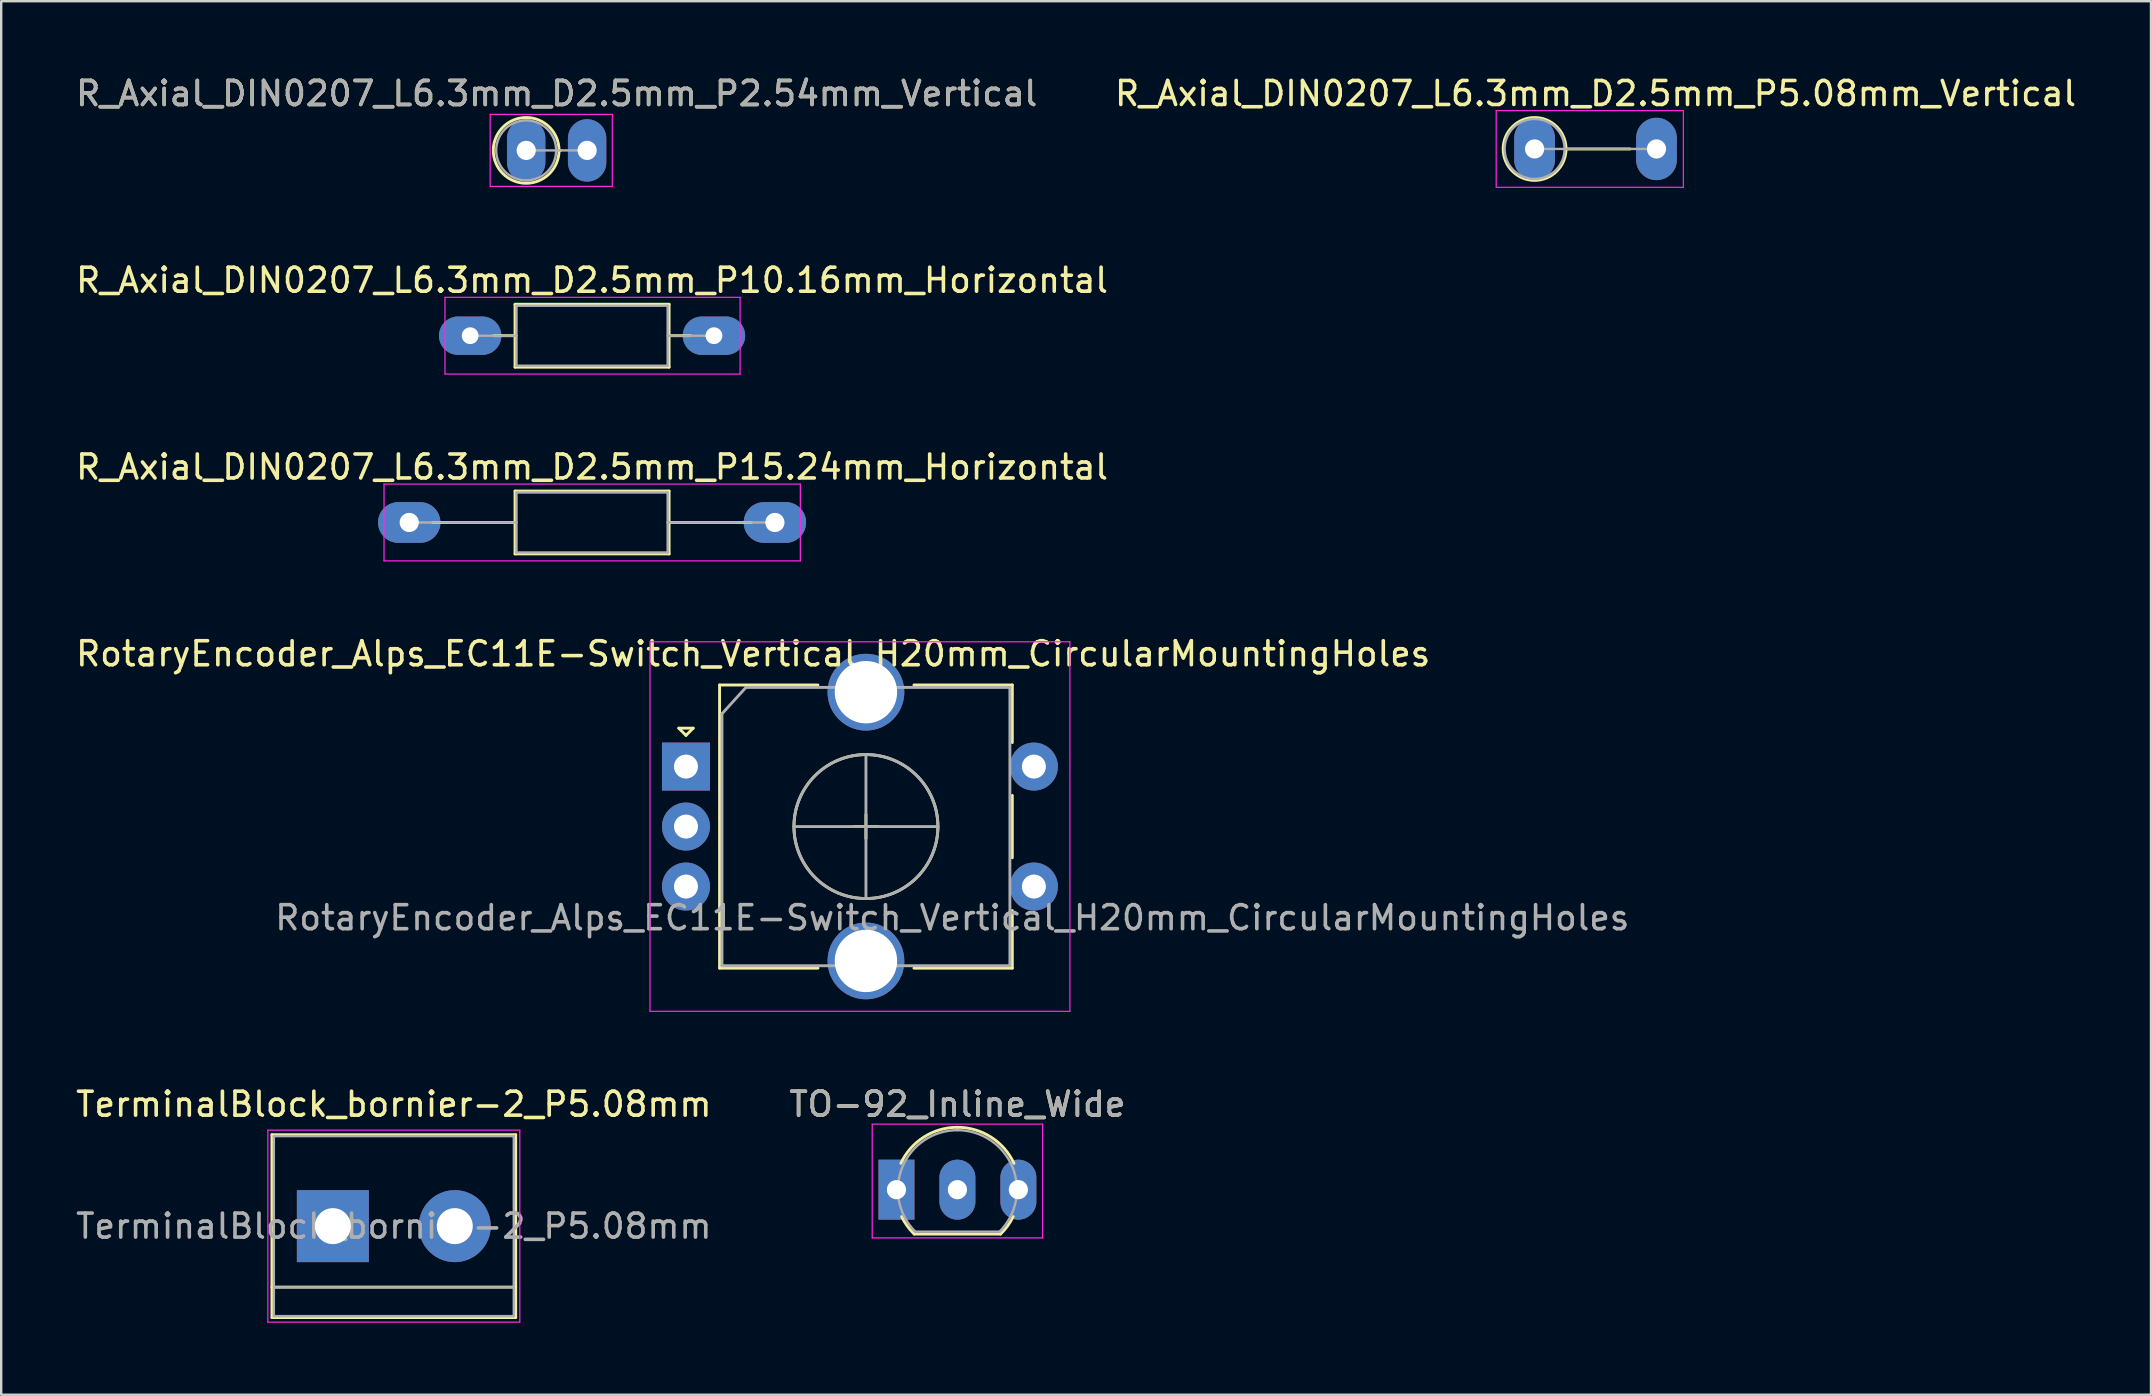
<source format=kicad_pcb>
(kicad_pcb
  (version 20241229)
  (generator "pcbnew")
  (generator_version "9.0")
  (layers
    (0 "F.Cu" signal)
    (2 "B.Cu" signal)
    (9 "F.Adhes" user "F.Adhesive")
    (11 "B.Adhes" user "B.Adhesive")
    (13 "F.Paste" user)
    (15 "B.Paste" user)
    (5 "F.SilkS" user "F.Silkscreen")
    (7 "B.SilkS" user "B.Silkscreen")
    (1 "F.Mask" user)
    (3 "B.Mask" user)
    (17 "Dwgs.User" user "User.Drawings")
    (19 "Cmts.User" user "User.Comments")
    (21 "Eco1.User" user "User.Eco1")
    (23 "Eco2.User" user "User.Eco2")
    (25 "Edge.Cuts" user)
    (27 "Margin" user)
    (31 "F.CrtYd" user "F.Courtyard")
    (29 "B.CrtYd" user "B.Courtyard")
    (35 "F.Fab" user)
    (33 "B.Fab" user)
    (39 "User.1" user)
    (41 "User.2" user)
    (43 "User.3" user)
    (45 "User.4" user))
  (footprint "TerminalBlock_bornier-2_P5.08mm"
    (layer "F.Cu")
    (at 10.823 48.051)
    (property "Reference" "TerminalBlock_bornier-2_P5.08mm" (at 2.54 -5.08 0) (layer "F.SilkS") (effects (font (size 1 1) (thickness 0.15))))
    (attr through_hole)
    (fp_line (start -2.54 -3.81) (end -2.54 3.81) (stroke (width 0.12) (type solid)) (layer "F.SilkS"))
    (fp_line (start -2.54 3.81) (end 7.62 3.81) (stroke (width 0.12) (type solid)) (layer "F.SilkS"))
    (fp_line (start 7.62 -3.81) (end -2.54 -3.81) (stroke (width 0.12) (type solid)) (layer "F.SilkS"))
    (fp_line (start 7.62 2.54) (end -2.54 2.54) (stroke (width 0.12) (type solid)) (layer "F.SilkS"))
    (fp_line (start 7.62 3.81) (end 7.62 -3.81) (stroke (width 0.12) (type solid)) (layer "F.SilkS"))
    (fp_line (start -2.71 -4) (end -2.71 4) (stroke (width 0.05) (type solid)) (layer "F.CrtYd"))
    (fp_line (start -2.71 -4) (end 7.79 -4) (stroke (width 0.05) (type solid)) (layer "F.CrtYd"))
    (fp_line (start 7.79 4) (end -2.71 4) (stroke (width 0.05) (type solid)) (layer "F.CrtYd"))
    (fp_line (start 7.79 4) (end 7.79 -4) (stroke (width 0.05) (type solid)) (layer "F.CrtYd"))
    (fp_line (start -2.46 -3.75) (end -2.46 3.75) (stroke (width 0.1) (type solid)) (layer "F.Fab"))
    (fp_line (start -2.46 3.75) (end 7.54 3.75) (stroke (width 0.1) (type solid)) (layer "F.Fab"))
    (fp_line (start -2.41 2.55) (end 7.49 2.55) (stroke (width 0.1) (type solid)) (layer "F.Fab"))
    (fp_line (start 7.54 -3.75) (end -2.46 -3.75) (stroke (width 0.1) (type solid)) (layer "F.Fab"))
    (fp_line (start 7.54 3.75) (end 7.54 -3.75) (stroke (width 0.1) (type solid)) (layer "F.Fab"))
    (fp_text user "${REFERENCE}" (at 2.54 0 0) (layer "F.Fab") (effects (font (size 1 1) (thickness 0.15))))
    (pad "1" thru_hole rect (at 0 0) (size 3 3) (drill 1.5) (layers "*.Cu" "*.Mask"))
    (pad "2" thru_hole circle (at 5.08 0) (size 3 3) (drill 1.5) (layers "*.Cu" "*.Mask")))
  (footprint "R_Axial_DIN0207_L6.3mm_D2.5mm_P15.24mm_Horizontal"
    (layer "F.Cu")
    (at 14.005 18.725)
    (property "Reference" "R_Axial_DIN0207_L6.3mm_D2.5mm_P15.24mm_Horizontal" (at 7.62 -2.31 0) (layer "F.SilkS") (effects (font (size 1 1) (thickness 0.15))))
    (attr through_hole)
    (fp_line (start 0.98 0) (end 4.41 0) (stroke (width 0.12) (type solid)) (layer "F.SilkS"))
    (fp_line (start 4.41 -1.31) (end 4.41 1.31) (stroke (width 0.12) (type solid)) (layer "F.SilkS"))
    (fp_line (start 4.41 1.31) (end 10.83 1.31) (stroke (width 0.12) (type solid)) (layer "F.SilkS"))
    (fp_line (start 10.83 -1.31) (end 4.41 -1.31) (stroke (width 0.12) (type solid)) (layer "F.SilkS"))
    (fp_line (start 10.83 1.31) (end 10.83 -1.31) (stroke (width 0.12) (type solid)) (layer "F.SilkS"))
    (fp_line (start 14.26 0) (end 10.83 0) (stroke (width 0.12) (type solid)) (layer "F.SilkS"))
    (fp_line (start -1.05 -1.6) (end -1.05 1.6) (stroke (width 0.05) (type solid)) (layer "F.CrtYd"))
    (fp_line (start -1.05 1.6) (end 16.3 1.6) (stroke (width 0.05) (type solid)) (layer "F.CrtYd"))
    (fp_line (start 16.3 -1.6) (end -1.05 -1.6) (stroke (width 0.05) (type solid)) (layer "F.CrtYd"))
    (fp_line (start 16.3 1.6) (end 16.3 -1.6) (stroke (width 0.05) (type solid)) (layer "F.CrtYd"))
    (fp_line (start 0 0) (end 4.47 0) (stroke (width 0.1) (type solid)) (layer "F.Fab"))
    (fp_line (start 4.47 -1.25) (end 4.47 1.25) (stroke (width 0.1) (type solid)) (layer "F.Fab"))
    (fp_line (start 4.47 1.25) (end 10.77 1.25) (stroke (width 0.1) (type solid)) (layer "F.Fab"))
    (fp_line (start 10.77 -1.25) (end 4.47 -1.25) (stroke (width 0.1) (type solid)) (layer "F.Fab"))
    (fp_line (start 10.77 1.25) (end 10.77 -1.25) (stroke (width 0.1) (type solid)) (layer "F.Fab"))
    (fp_line (start 15.24 0) (end 10.77 0) (stroke (width 0.1) (type solid)) (layer "F.Fab"))
    (pad "1" thru_hole oval (at 0 0) (size 2.6 1.7) (drill 0.8) (layers "*.Cu" "*.Mask"))
    (pad "2" thru_hole oval (at 15.24 0) (size 2.6 1.7) (drill 0.8) (layers "*.Cu" "*.Mask")))
  (footprint "R_Axial_DIN0207_L6.3mm_D2.5mm_P2.54mm_Vertical"
    (layer "F.Cu")
    (at 18.879 3.218)
    (property "Reference" "R_Axial_DIN0207_L6.3mm_D2.5mm_P2.54mm_Vertical" (at 1.27 -2.37 0) (layer "F.SilkS") (effects (font (size 1 1) (thickness 0.15))))
    (attr through_hole)
    (fp_line (start 1.37 0) (end 1.44 0) (stroke (width 0.12) (type solid)) (layer "F.SilkS"))
    (fp_circle (center 0 0) (end 1.37 0) (stroke (width 0.12) (type solid)) (fill no) (layer "F.SilkS"))
    (fp_line (start -1.5 -1.5) (end -1.5 1.5) (stroke (width 0.05) (type solid)) (layer "F.CrtYd"))
    (fp_line (start -1.5 1.5) (end 3.59 1.5) (stroke (width 0.05) (type solid)) (layer "F.CrtYd"))
    (fp_line (start 3.59 -1.5) (end -1.5 -1.5) (stroke (width 0.05) (type solid)) (layer "F.CrtYd"))
    (fp_line (start 3.59 1.5) (end 3.59 -1.5) (stroke (width 0.05) (type solid)) (layer "F.CrtYd"))
    (fp_line (start 0 0) (end 2.54 0) (stroke (width 0.1) (type solid)) (layer "F.Fab"))
    (fp_circle (center 0 0) (end 1.25 0) (stroke (width 0.1) (type solid)) (fill no) (layer "F.Fab"))
    (fp_text user "${REFERENCE}" (at 1.27 -2.37 0) (layer "F.Fab") (effects (font (size 1 1) (thickness 0.15))))
    (pad "1" thru_hole oval (at 0 0) (size 1.6 2.6) (drill 0.8) (layers "*.Cu" "*.Mask"))
    (pad "2" thru_hole oval (at 2.54 0) (size 1.6 2.6) (drill 0.8) (layers "*.Cu" "*.Mask")))
  (footprint "R_Axial_DIN0207_L6.3mm_D2.5mm_P5.08mm_Vertical"
    (layer "F.Cu")
    (at 60.906 3.158)
    (property "Reference" "R_Axial_DIN0207_L6.3mm_D2.5mm_P5.08mm_Vertical" (at 2.54 -2.31 0) (layer "F.SilkS") (effects (font (size 1 1) (thickness 0.15))))
    (attr through_hole)
    (fp_line (start 1.31 0) (end 3.98 0) (stroke (width 0.12) (type solid)) (layer "F.SilkS"))
    (fp_circle (center 0 0) (end 1.31 0) (stroke (width 0.12) (type solid)) (fill no) (layer "F.SilkS"))
    (fp_line (start -1.6 -1.6) (end -1.6 1.6) (stroke (width 0.05) (type solid)) (layer "F.CrtYd"))
    (fp_line (start -1.6 1.6) (end 6.2 1.6) (stroke (width 0.05) (type solid)) (layer "F.CrtYd"))
    (fp_line (start 6.2 -1.6) (end -1.6 -1.6) (stroke (width 0.05) (type solid)) (layer "F.CrtYd"))
    (fp_line (start 6.2 1.6) (end 6.2 -1.6) (stroke (width 0.05) (type solid)) (layer "F.CrtYd"))
    (fp_line (start 0 0) (end 5.08 0) (stroke (width 0.1) (type solid)) (layer "F.Fab"))
    (fp_circle (center 0 0) (end 1.25 0) (stroke (width 0.1) (type solid)) (fill no) (layer "F.Fab"))
    (pad "1" thru_hole oval (at 0 0) (size 1.7 2.6) (drill 0.8) (layers "*.Cu" "*.Mask"))
    (pad "2" thru_hole oval (at 5.08 0) (size 1.7 2.6) (drill 0.8) (layers "*.Cu" "*.Mask")))
  (footprint "R_Axial_DIN0207_L6.3mm_D2.5mm_P10.16mm_Horizontal"
    (layer "F.Cu")
    (at 16.545 10.941)
    (property "Reference" "R_Axial_DIN0207_L6.3mm_D2.5mm_P10.16mm_Horizontal" (at 5.08 -2.31 0) (layer "F.SilkS") (effects (font (size 1 1) (thickness 0.15))))
    (attr through_hole)
    (fp_line (start 0.98 0) (end 1.87 0) (stroke (width 0.12) (type solid)) (layer "F.SilkS"))
    (fp_line (start 1.87 -1.31) (end 1.87 1.31) (stroke (width 0.12) (type solid)) (layer "F.SilkS"))
    (fp_line (start 1.87 1.31) (end 8.29 1.31) (stroke (width 0.12) (type solid)) (layer "F.SilkS"))
    (fp_line (start 8.29 -1.31) (end 1.87 -1.31) (stroke (width 0.12) (type solid)) (layer "F.SilkS"))
    (fp_line (start 8.29 1.31) (end 8.29 -1.31) (stroke (width 0.12) (type solid)) (layer "F.SilkS"))
    (fp_line (start 9.18 0) (end 8.29 0) (stroke (width 0.12) (type solid)) (layer "F.SilkS"))
    (fp_line (start -1.05 -1.6) (end -1.05 1.6) (stroke (width 0.05) (type solid)) (layer "F.CrtYd"))
    (fp_line (start -1.05 1.6) (end 11.25 1.6) (stroke (width 0.05) (type solid)) (layer "F.CrtYd"))
    (fp_line (start 11.25 -1.6) (end -1.05 -1.6) (stroke (width 0.05) (type solid)) (layer "F.CrtYd"))
    (fp_line (start 11.25 1.6) (end 11.25 -1.6) (stroke (width 0.05) (type solid)) (layer "F.CrtYd"))
    (fp_line (start 0 0) (end 1.93 0) (stroke (width 0.1) (type solid)) (layer "F.Fab"))
    (fp_line (start 1.93 -1.25) (end 1.93 1.25) (stroke (width 0.1) (type solid)) (layer "F.Fab"))
    (fp_line (start 1.93 1.25) (end 8.23 1.25) (stroke (width 0.1) (type solid)) (layer "F.Fab"))
    (fp_line (start 8.23 -1.25) (end 1.93 -1.25) (stroke (width 0.1) (type solid)) (layer "F.Fab"))
    (fp_line (start 8.23 1.25) (end 8.23 -1.25) (stroke (width 0.1) (type solid)) (layer "F.Fab"))
    (fp_line (start 10.16 0) (end 8.23 0) (stroke (width 0.1) (type solid)) (layer "F.Fab"))
    (pad "1" thru_hole oval (at 0 0) (size 2.6 1.6) (drill 0.7) (layers "*.Cu" "*.Mask"))
    (pad "2" thru_hole oval (at 10.16 0) (size 2.6 1.6) (drill 0.7) (layers "*.Cu" "*.Mask")))
  (footprint "TO-92_Inline_Wide"
    (layer "F.Cu")
    (at 34.311 46.531)
    (property "Reference" "TO-92_Inline_Wide" (at 2.54 -3.56 180) (layer "F.SilkS") (effects (font (size 1 1) (thickness 0.15))))
    (attr through_hole)
    (fp_line (start 0.74 1.85) (end 4.34 1.85) (stroke (width 0.12) (type solid)) (layer "F.SilkS"))
    (fp_arc (start 0.1836 -1.098807) (mid 1.143021 -2.192817) (end 2.54 -2.6) (stroke (width 0.12) (type solid)) (layer "F.SilkS"))
    (fp_arc (start 0.74 1.85) (mid 0.446097 1.509328) (end 0.215816 1.122795) (stroke (width 0.12) (type solid)) (layer "F.SilkS"))
    (fp_arc (start 2.54 -2.6) (mid 3.936979 -2.192818) (end 4.8964 -1.098807) (stroke (width 0.12) (type solid)) (layer "F.SilkS"))
    (fp_arc (start 4.864184 1.122795) (mid 4.633903 1.509328) (end 4.34 1.85) (stroke (width 0.12) (type solid)) (layer "F.SilkS"))
    (fp_line (start -1.01 -2.73) (end -1.01 2.01) (stroke (width 0.05) (type solid)) (layer "F.CrtYd"))
    (fp_line (start -1.01 -2.73) (end 6.09 -2.73) (stroke (width 0.05) (type solid)) (layer "F.CrtYd"))
    (fp_line (start 6.09 2.01) (end -1.01 2.01) (stroke (width 0.05) (type solid)) (layer "F.CrtYd"))
    (fp_line (start 6.09 2.01) (end 6.09 -2.73) (stroke (width 0.05) (type solid)) (layer "F.CrtYd"))
    (fp_line (start 0.8 1.75) (end 4.3 1.75) (stroke (width 0.1) (type solid)) (layer "F.Fab"))
    (fp_arc (start 0.786375 1.753625) (mid 0.248779 -0.949055) (end 2.54 -2.48) (stroke (width 0.1) (type solid)) (layer "F.Fab"))
    (fp_arc (start 2.54 -2.48) (mid 4.831221 -0.949055) (end 4.293625 1.753625) (stroke (width 0.1) (type solid)) (layer "F.Fab"))
    (fp_text user "${REFERENCE}" (at 2.54 -3.56 0) (layer "F.Fab") (effects (font (size 1 1) (thickness 0.15))))
    (pad "1" thru_hole rect (at 0 0 90) (size 2.5 1.5) (drill 0.8) (layers "*.Cu" "*.Mask"))
    (pad "2" thru_hole oval (at 2.54 0 90) (size 2.5 1.5) (drill 0.8) (layers "*.Cu" "*.Mask"))
    (pad "3" thru_hole oval (at 5.08 0 90) (size 2.5 1.5) (drill 0.8) (layers "*.Cu" "*.Mask")))
  (footprint "RotaryEncoder_Alps_EC11E-Switch_Vertical_H20mm_CircularMountingHoles"
    (layer "F.Cu")
    (at 25.539 28.898)
    (property "Reference" "RotaryEncoder_Alps_EC11E-Switch_Vertical_H20mm_CircularMountingHoles" (at 2.8 -4.7 0) (layer "F.SilkS") (effects (font (size 1 1) (thickness 0.15))))
    (attr through_hole)
    (fp_line (start -0.3 -1.6) (end 0.3 -1.6) (stroke (width 0.12) (type solid)) (layer "F.SilkS"))
    (fp_line (start 0 -1.3) (end -0.3 -1.6) (stroke (width 0.12) (type solid)) (layer "F.SilkS"))
    (fp_line (start 0.3 -1.6) (end 0 -1.3) (stroke (width 0.12) (type solid)) (layer "F.SilkS"))
    (fp_line (start 1.4 -3.4) (end 1.4 8.4) (stroke (width 0.12) (type solid)) (layer "F.SilkS"))
    (fp_line (start 5.5 -3.4) (end 1.4 -3.4) (stroke (width 0.12) (type solid)) (layer "F.SilkS"))
    (fp_line (start 5.5 8.4) (end 1.4 8.4) (stroke (width 0.12) (type solid)) (layer "F.SilkS"))
    (fp_line (start 7 2.5) (end 8 2.5) (stroke (width 0.12) (type solid)) (layer "F.SilkS"))
    (fp_line (start 7.5 2) (end 7.5 3) (stroke (width 0.12) (type solid)) (layer "F.SilkS"))
    (fp_line (start 9.5 -3.4) (end 13.6 -3.4) (stroke (width 0.12) (type solid)) (layer "F.SilkS"))
    (fp_line (start 13.6 -3.4) (end 13.6 -1) (stroke (width 0.12) (type solid)) (layer "F.SilkS"))
    (fp_line (start 13.6 1.2) (end 13.6 3.8) (stroke (width 0.12) (type solid)) (layer "F.SilkS"))
    (fp_line (start 13.6 6) (end 13.6 8.4) (stroke (width 0.12) (type solid)) (layer "F.SilkS"))
    (fp_line (start 13.6 8.4) (end 9.5 8.4) (stroke (width 0.12) (type solid)) (layer "F.SilkS"))
    (fp_circle (center 7.5 2.5) (end 10.5 2.5) (stroke (width 0.12) (type solid)) (fill no) (layer "F.SilkS"))
    (fp_line (start -1.5 -5.2) (end -1.5 10.2) (stroke (width 0.05) (type solid)) (layer "F.CrtYd"))
    (fp_line (start -1.5 -5.2) (end 16 -5.2) (stroke (width 0.05) (type solid)) (layer "F.CrtYd"))
    (fp_line (start 16 10.2) (end -1.5 10.2) (stroke (width 0.05) (type solid)) (layer "F.CrtYd"))
    (fp_line (start 16 10.2) (end 16 -5.2) (stroke (width 0.05) (type solid)) (layer "F.CrtYd"))
    (fp_line (start 1.5 -2.2) (end 2.5 -3.3) (stroke (width 0.12) (type solid)) (layer "F.Fab"))
    (fp_line (start 1.5 8.3) (end 1.5 -2.2) (stroke (width 0.12) (type solid)) (layer "F.Fab"))
    (fp_line (start 2.5 -3.3) (end 13.5 -3.3) (stroke (width 0.12) (type solid)) (layer "F.Fab"))
    (fp_line (start 4.5 2.5) (end 10.5 2.5) (stroke (width 0.12) (type solid)) (layer "F.Fab"))
    (fp_line (start 7.5 -0.5) (end 7.5 5.5) (stroke (width 0.12) (type solid)) (layer "F.Fab"))
    (fp_line (start 13.5 -3.3) (end 13.5 8.3) (stroke (width 0.12) (type solid)) (layer "F.Fab"))
    (fp_line (start 13.5 8.3) (end 1.5 8.3) (stroke (width 0.12) (type solid)) (layer "F.Fab"))
    (fp_circle (center 7.5 2.5) (end 10.5 2.5) (stroke (width 0.12) (type solid)) (fill no) (layer "F.Fab"))
    (fp_text user "${REFERENCE}" (at 11.1 6.3 0) (layer "F.Fab") (effects (font (size 1 1) (thickness 0.15))))
    (pad "A" thru_hole rect (at 0 0) (size 2 2) (drill 1) (layers "*.Cu" "*.Mask"))
    (pad "B" thru_hole circle (at 0 5) (size 2 2) (drill 1) (layers "*.Cu" "*.Mask"))
    (pad "C" thru_hole circle (at 0 2.5) (size 2 2) (drill 1) (layers "*.Cu" "*.Mask"))
    (pad "MP" thru_hole circle (at 7.5 -3.1) (size 3.2 3.2) (drill 2.6) (layers "*.Cu" "*.Mask"))
    (pad "MP" thru_hole circle (at 7.5 8.1) (size 3.2 3.2) (drill 2.6) (layers "*.Cu" "*.Mask"))
    (pad "S1" thru_hole circle (at 14.5 0) (size 2 2) (drill 1) (layers "*.Cu" "*.Mask"))
    (pad "S2" thru_hole circle (at 14.5 5) (size 2 2) (drill 1) (layers "*.Cu" "*.Mask")))
  (gr_rect
    (start -3 -3)
    (end 86.595 55.076)
    (stroke (width 0.1) (type default))
    (fill no)
    (layer "Edge.Cuts")))
</source>
